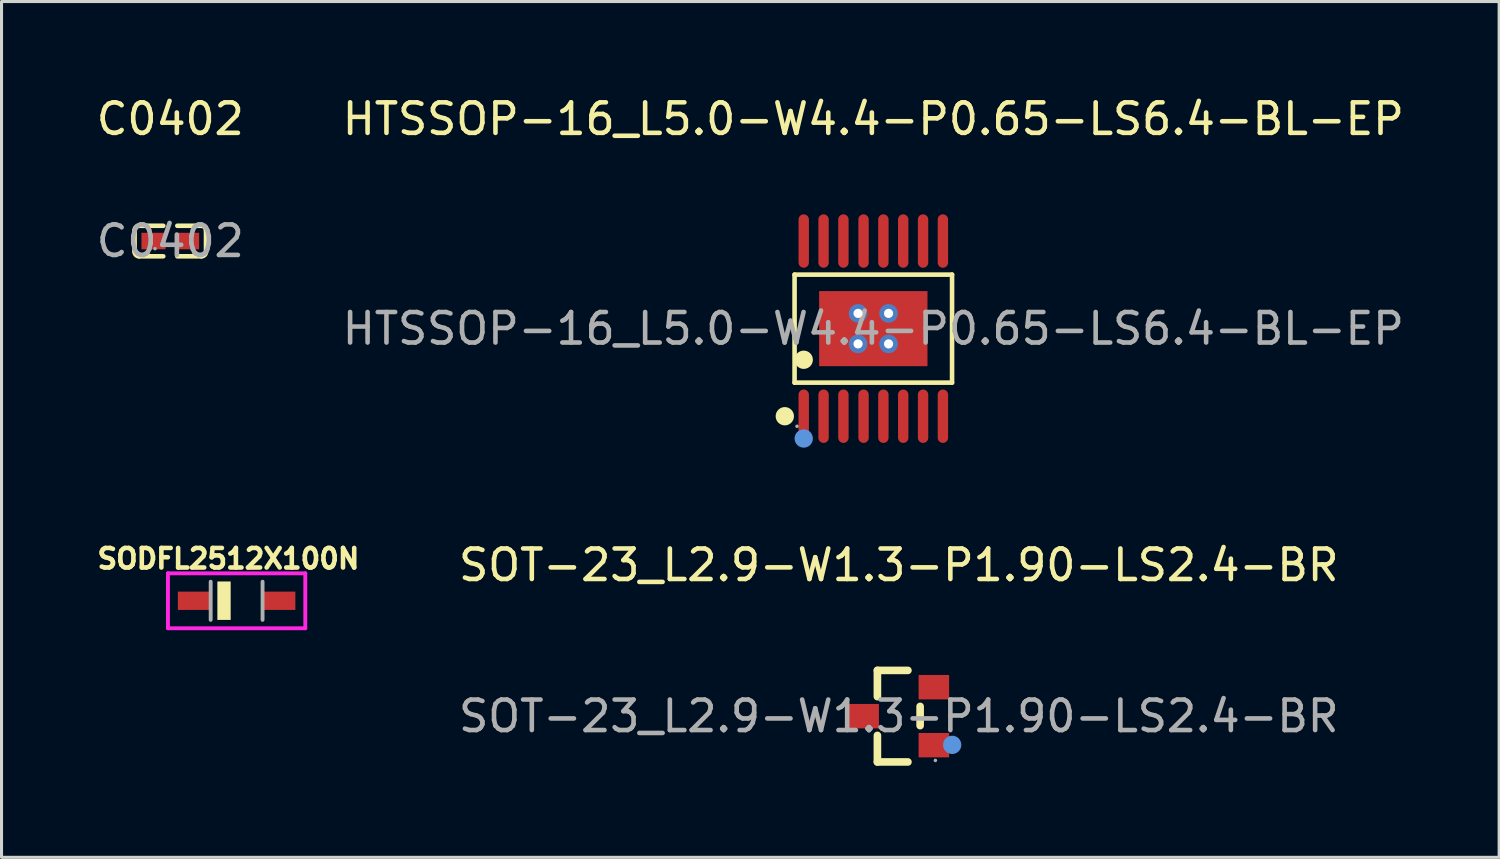
<source format=kicad_pcb>
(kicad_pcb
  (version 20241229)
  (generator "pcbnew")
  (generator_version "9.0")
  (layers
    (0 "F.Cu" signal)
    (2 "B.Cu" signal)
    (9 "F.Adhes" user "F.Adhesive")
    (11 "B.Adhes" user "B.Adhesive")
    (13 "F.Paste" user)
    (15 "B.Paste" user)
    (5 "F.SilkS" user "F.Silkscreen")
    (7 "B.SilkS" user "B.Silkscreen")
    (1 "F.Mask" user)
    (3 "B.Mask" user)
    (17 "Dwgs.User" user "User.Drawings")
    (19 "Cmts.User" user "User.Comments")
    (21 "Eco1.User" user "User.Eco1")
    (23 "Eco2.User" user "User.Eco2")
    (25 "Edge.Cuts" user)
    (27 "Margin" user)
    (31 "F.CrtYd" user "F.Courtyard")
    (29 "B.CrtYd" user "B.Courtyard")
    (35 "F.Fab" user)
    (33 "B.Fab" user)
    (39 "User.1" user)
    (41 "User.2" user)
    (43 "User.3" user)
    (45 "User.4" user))
  (footprint "C0402"
    (layer "F.Cu")
    (at 2.53 4.848)
    (property "Reference" "C0402" (at 0 -4 0) (layer "F.SilkS") (effects (font (size 1 1) (thickness 0.15))))
    (attr smd)
    (fp_line (start -1.17 0.35) (end -1.17 -0.35) (stroke (width 0.15) (type solid)) (layer "F.SilkS"))
    (fp_line (start -1.02 -0.5) (end -0.23 -0.5) (stroke (width 0.15) (type solid)) (layer "F.SilkS"))
    (fp_line (start -0.23 0.5) (end -1.02 0.5) (stroke (width 0.15) (type solid)) (layer "F.SilkS"))
    (fp_line (start 0.23 0.5) (end 1.02 0.5) (stroke (width 0.15) (type solid)) (layer "F.SilkS"))
    (fp_line (start 1.02 -0.5) (end 0.23 -0.5) (stroke (width 0.15) (type solid)) (layer "F.SilkS"))
    (fp_line (start 1.17 0.35) (end 1.17 -0.35) (stroke (width 0.15) (type solid)) (layer "F.SilkS"))
    (fp_arc (start -1.17 -0.35) (mid -1.126066 -0.456066) (end -1.02 -0.5) (stroke (width 0.15) (type solid)) (layer "F.SilkS"))
    (fp_arc (start -1.02 0.5) (mid -1.126066 0.456066) (end -1.17 0.35) (stroke (width 0.15) (type solid)) (layer "F.SilkS"))
    (fp_arc (start 1.02 -0.5) (mid 1.126066 -0.456066) (end 1.17 -0.35) (stroke (width 0.15) (type solid)) (layer "F.SilkS"))
    (fp_arc (start 1.17 0.35) (mid 1.126066 0.456066) (end 1.02 0.5) (stroke (width 0.15) (type solid)) (layer "F.SilkS"))
    (fp_circle (center -0.5 0.25) (end -0.47 0.25) (stroke (width 0.06) (type solid)) (fill no) (layer "F.Fab"))
    (fp_text user "${REFERENCE}" (at 0 0 0) (layer "F.Fab") (effects (font (size 1 1) (thickness 0.15))))
    (pad "1" smd rect (at -0.55 0) (size 0.79 0.54) (layers "F.Cu" "F.Mask" "F.Paste"))
    (pad "2" smd rect (at 0.55 0) (size 0.79 0.54) (layers "F.Cu" "F.Mask" "F.Paste")))
  (footprint "SOT-23_L2.9-W1.3-P1.90-LS2.4-BR"
    (layer "F.Cu")
    (at 26.399 20.416)
    (property "Reference" "SOT-23_L2.9-W1.3-P1.90-LS2.4-BR" (at 0 -4.95 0) (layer "F.SilkS") (effects (font (size 1 1) (thickness 0.15))))
    (attr smd)
    (fp_line (start -0.7 -1.5) (end 0.3 -1.5) (stroke (width 0.25) (type solid)) (layer "F.SilkS"))
    (fp_line (start -0.7 -0.64) (end -0.7 -1.5) (stroke (width 0.25) (type solid)) (layer "F.SilkS"))
    (fp_line (start -0.7 1.5) (end -0.7 0.63) (stroke (width 0.25) (type solid)) (layer "F.SilkS"))
    (fp_line (start -0.7 1.5) (end 0.3 1.5) (stroke (width 0.25) (type solid)) (layer "F.SilkS"))
    (fp_line (start 0.7 0.31) (end 0.7 -0.32) (stroke (width 0.25) (type solid)) (layer "F.SilkS"))
    (fp_circle (center 1.75 0.94) (end 1.9 0.94) (stroke (width 0.3) (type solid)) (fill no) (layer "Cmts.User"))
    (fp_circle (center 1.2 1.45) (end 1.23 1.45) (stroke (width 0.06) (type solid)) (fill no) (layer "F.Fab"))
    (fp_text user "${REFERENCE}" (at 0 0 0) (layer "F.Fab") (effects (font (size 1 1) (thickness 0.15))))
    (pad "1" smd rect (at 1.15 0.95 180) (size 1 0.8) (layers "F.Cu" "F.Mask" "F.Paste"))
    (pad "2" smd rect (at 1.15 -0.95 180) (size 1 0.8) (layers "F.Cu" "F.Mask" "F.Paste"))
    (pad "3" smd rect (at -1.15 0 180) (size 1 0.8) (layers "F.Cu" "F.Mask" "F.Paste")))
  (footprint "SODFL2512X100N"
    (layer "F.Cu")
    (at 4.703 16.635)
    (property "Reference" "SODFL2512X100N" (at -0.268 -1.379 0) (layer "F.SilkS") (effects (font (size 0.641 0.641) (thickness 0.15))))
    (attr smd)
    (fp_poly (pts (xy -0.625 -0.625) (xy -0.2 -0.625) (xy -0.2 0.625) (xy -0.625 0.625)) (stroke (width 0.01) (type solid)) (fill yes) (layer "F.SilkS"))
    (fp_line (start -2.25 -0.9) (end -2.25 0.9) (stroke (width 0.127) (type solid)) (layer "F.CrtYd"))
    (fp_line (start -2.25 0.9) (end 2.25 0.9) (stroke (width 0.127) (type solid)) (layer "F.CrtYd"))
    (fp_line (start 2.25 -0.9) (end -2.25 -0.9) (stroke (width 0.127) (type solid)) (layer "F.CrtYd"))
    (fp_line (start 2.25 0.9) (end 2.25 -0.9) (stroke (width 0.127) (type solid)) (layer "F.CrtYd"))
    (fp_line (start -0.85 0.625) (end -0.85 -0.625) (stroke (width 0.127) (type solid)) (layer "F.Fab"))
    (fp_line (start 0.85 -0.625) (end 0.85 0.625) (stroke (width 0.127) (type solid)) (layer "F.Fab"))
    (pad "1" smd rect (at -1.4 0) (size 1.05 0.6) (layers "F.Cu" "F.Mask" "F.Paste"))
    (pad "2" smd rect (at 1.4 0) (size 1.05 0.6) (layers "F.Cu" "F.Mask" "F.Paste")))
  (footprint "HTSSOP-16_L5.0-W4.4-P0.65-LS6.4-BL-EP"
    (layer "F.Cu")
    (at 25.565 7.718)
    (property "Reference" "HTSSOP-16_L5.0-W4.4-P0.65-LS6.4-BL-EP" (at 0 -6.87 0) (layer "F.SilkS") (effects (font (size 1 1) (thickness 0.15))))
    (attr smd)
    (fp_line (start -2.58 -1.77) (end 2.58 -1.77) (stroke (width 0.15) (type solid)) (layer "F.SilkS"))
    (fp_line (start -2.58 1.77) (end -2.58 -1.77) (stroke (width 0.15) (type solid)) (layer "F.SilkS"))
    (fp_line (start 2.58 -1.77) (end 2.58 1.77) (stroke (width 0.15) (type solid)) (layer "F.SilkS"))
    (fp_line (start 2.58 1.77) (end -2.58 1.77) (stroke (width 0.15) (type solid)) (layer "F.SilkS"))
    (fp_circle (center -2.9 2.87) (end -2.75 2.87) (stroke (width 0.3) (type solid)) (fill no) (layer "F.SilkS"))
    (fp_circle (center -2.28 1.02) (end -2.13 1.02) (stroke (width 0.3) (type solid)) (fill no) (layer "F.SilkS"))
    (fp_circle (center -2.28 3.6) (end -2.13 3.6) (stroke (width 0.3) (type solid)) (fill no) (layer "Cmts.User"))
    (fp_circle (center -2.5 3.2) (end -2.47 3.2) (stroke (width 0.06) (type solid)) (fill no) (layer "F.Fab"))
    (fp_text user "${REFERENCE}" (at 0 0 0) (layer "F.Fab") (effects (font (size 1 1) (thickness 0.15))))
    (pad "" thru_hole circle (at -0.5 -0.5) (size 0.61 0.61) (drill 0.3) (layers "*.Cu" "*.Paste" "*.Mask"))
    (pad "" thru_hole circle (at -0.5 0.5) (size 0.61 0.61) (drill 0.3) (layers "*.Cu" "*.Paste" "*.Mask"))
    (pad "" thru_hole circle (at 0.5 -0.5) (size 0.61 0.61) (drill 0.3) (layers "*.Cu" "*.Paste" "*.Mask"))
    (pad "" thru_hole circle (at 0.5 0.5) (size 0.61 0.61) (drill 0.3) (layers "*.Cu" "*.Paste" "*.Mask"))
    (pad "1" smd oval (at -2.28 2.87) (size 0.34 1.75) (layers "F.Cu" "F.Mask" "F.Paste"))
    (pad "2" smd oval (at -1.63 2.87) (size 0.34 1.75) (layers "F.Cu" "F.Mask" "F.Paste"))
    (pad "3" smd oval (at -0.98 2.87) (size 0.34 1.75) (layers "F.Cu" "F.Mask" "F.Paste"))
    (pad "4" smd oval (at -0.32 2.87) (size 0.34 1.75) (layers "F.Cu" "F.Mask" "F.Paste"))
    (pad "5" smd oval (at 0.33 2.87) (size 0.34 1.75) (layers "F.Cu" "F.Mask" "F.Paste"))
    (pad "6" smd oval (at 0.98 2.87) (size 0.34 1.75) (layers "F.Cu" "F.Mask" "F.Paste"))
    (pad "7" smd oval (at 1.63 2.87) (size 0.34 1.75) (layers "F.Cu" "F.Mask" "F.Paste"))
    (pad "8" smd oval (at 2.28 2.87) (size 0.34 1.75) (layers "F.Cu" "F.Mask" "F.Paste"))
    (pad "9" smd oval (at 2.28 -2.87) (size 0.34 1.75) (layers "F.Cu" "F.Mask" "F.Paste"))
    (pad "10" smd oval (at 1.63 -2.87) (size 0.34 1.75) (layers "F.Cu" "F.Mask" "F.Paste"))
    (pad "11" smd oval (at 0.98 -2.87) (size 0.34 1.75) (layers "F.Cu" "F.Mask" "F.Paste"))
    (pad "12" smd oval (at 0.33 -2.87) (size 0.34 1.75) (layers "F.Cu" "F.Mask" "F.Paste"))
    (pad "13" smd oval (at -0.32 -2.87) (size 0.34 1.75) (layers "F.Cu" "F.Mask" "F.Paste"))
    (pad "14" smd oval (at -0.98 -2.87) (size 0.34 1.75) (layers "F.Cu" "F.Mask" "F.Paste"))
    (pad "15" smd oval (at -1.63 -2.87) (size 0.34 1.75) (layers "F.Cu" "F.Mask" "F.Paste"))
    (pad "16" smd oval (at -2.28 -2.87) (size 0.34 1.75) (layers "F.Cu" "F.Mask" "F.Paste"))
    (pad "17" smd rect (at 0 0) (size 3.55 2.46) (layers "F.Cu" "F.Mask" "F.Paste")))
  (gr_rect
    (start -3 -3)
    (end 46.071 25.041)
    (stroke (width 0.1) (type default))
    (fill no)
    (layer "Edge.Cuts")))
</source>
